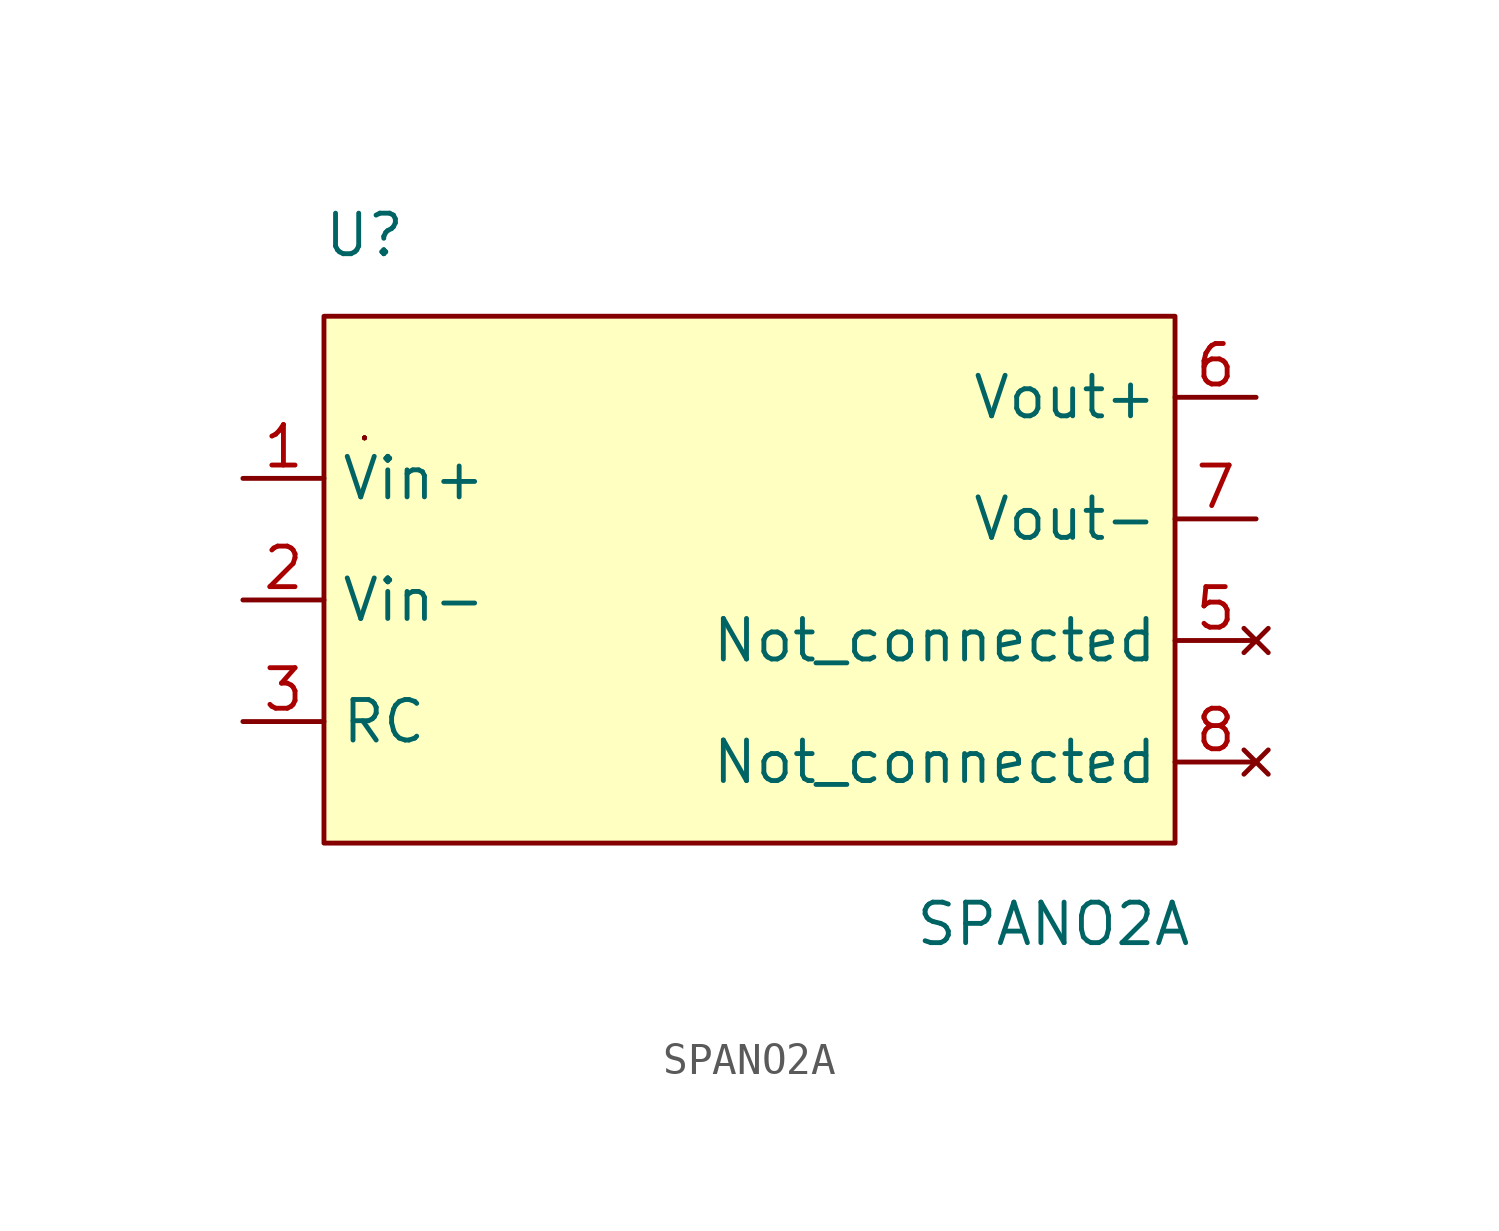
<source format=kicad_sym>
(kicad_symbol_lib
  (version 20211014)
  (generator kicad_symbol_editor)
  (symbol "SPANO2A"
    (property "Reference" "U"
      (at -15.24 0 0)
      (effects (font (size 1.27 1.27))))
    (property "Value" "SPANO2A"
      (at 6.35 -21.59 0)
      (effects (font (size 1.27 1.27))))
    (symbol "SPANO2A_0_1"
      (rectangle (start -16.51 -2.54) (end 10.16 -19.05) (stroke (width 0) (type default) (color 0 0 0 0)) (fill (type background)))
      (rectangle (start -15.24 -6.35) (end -15.24 -6.35) (stroke (width 0) (type default) (color 0 0 0 0)) (fill (type none)))
      (rectangle (start -15.24 -6.35) (end -15.24 -6.35) (stroke (width 0) (type default) (color 0 0 0 0)) (fill (type none)))
      (rectangle (start -15.24 -6.35) (end -15.24 -6.35) (stroke (width 0) (type default) (color 0 0 0 0)) (fill (type none)))
      (rectangle (start -15.24 -6.35) (end -15.24 -6.35) (stroke (width 0) (type default) (color 0 0 0 0)) (fill (type none)))
      (rectangle (start -15.24 -6.35) (end -15.24 -6.35) (stroke (width 0) (type default) (color 0 0 0 0)) (fill (type none))))
    (symbol "SPANO2A_1_1"
      (pin power_in line (at -19.05 -7.62 0) (length 2.54) (name "Vin+" (effects (font (size 1.27 1.27)))) (number "1" (effects (font (size 1.27 1.27)))))
      (pin power_in line (at -19.05 -11.43 0) (length 2.54) (name "Vin-" (effects (font (size 1.27 1.27)))) (number "2" (effects (font (size 1.27 1.27)))))
      (pin power_in line (at -19.05 -15.24 0) (length 2.54) (name "RC" (effects (font (size 1.27 1.27)))) (number "3" (effects (font (size 1.27 1.27)))))
      (pin no_connect line (at 12.7 -12.7 180) (length 2.54) (name "Not_connected" (effects (font (size 1.27 1.27)))) (number "5" (effects (font (size 1.27 1.27)))))
      (pin power_out line (at 12.7 -5.08 180) (length 2.54) (name "Vout+" (effects (font (size 1.27 1.27)))) (number "6" (effects (font (size 1.27 1.27)))))
      (pin power_out line (at 12.7 -8.89 180) (length 2.54) (name "Vout-" (effects (font (size 1.27 1.27)))) (number "7" (effects (font (size 1.27 1.27)))))
      (pin no_connect line (at 12.7 -16.51 180) (length 2.54) (name "Not_connected" (effects (font (size 1.27 1.27)))) (number "8" (effects (font (size 1.27 1.27))))))))
</source>
